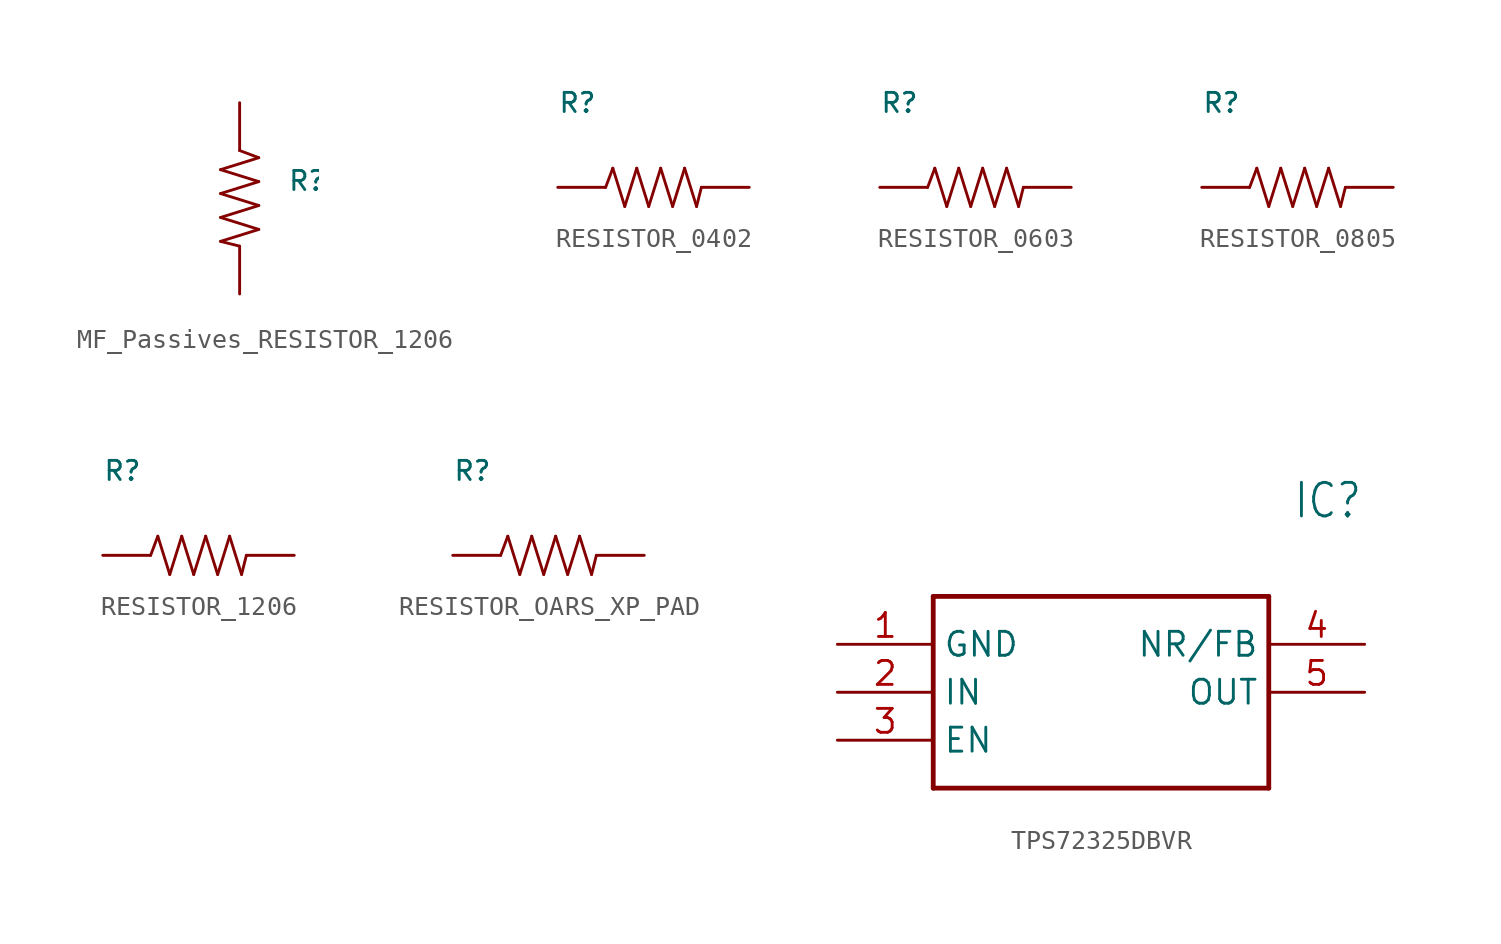
<source format=kicad_sym>
(kicad_symbol_lib
  (version 20231120)
  (generator "kicad_symbol_editor")
  (generator_version "8.0")
  (symbol "MF_Passives_RESISTOR_1206"
    (property "Reference" "R"
      (at 2.54 1.524 0)
      (effects (font (size 1.016 1.016)) (justify left top)))
    (property "Value" ""
      (at 2.54 -1.524 0)
      (effects (font (size 1.016 1.016)) (justify left bottom)))
    (property "ki_locked" ""
      (at 0 0 0)
      (effects (font (size 1.27 1.27))))
    (symbol "MF_Passives_RESISTOR_1206_1_0"
      (polyline (pts (xy -1.016 -2.286) (xy 0 -2.54)) (stroke (width 0.152) (type solid)) (fill (type none)))
      (polyline (pts (xy -1.016 -1.016) (xy 1.016 -1.651)) (stroke (width 0.152) (type solid)) (fill (type none)))
      (polyline (pts (xy -1.016 0.254) (xy 1.016 -0.381)) (stroke (width 0.152) (type solid)) (fill (type none)))
      (polyline (pts (xy -1.016 1.524) (xy 1.016 0.889)) (stroke (width 0.152) (type solid)) (fill (type none)))
      (polyline (pts (xy 0 2.54) (xy 1.016 2.159)) (stroke (width 0.152) (type solid)) (fill (type none)))
      (polyline (pts (xy 1.016 -1.651) (xy -1.016 -2.286)) (stroke (width 0.152) (type solid)) (fill (type none)))
      (polyline (pts (xy 1.016 -0.381) (xy -1.016 -1.016)) (stroke (width 0.152) (type solid)) (fill (type none)))
      (polyline (pts (xy 1.016 0.889) (xy -1.016 0.254)) (stroke (width 0.152) (type solid)) (fill (type none)))
      (polyline (pts (xy 1.016 2.159) (xy -1.016 1.524)) (stroke (width 0.152) (type solid)) (fill (type none)))
      (pin passive line (at 0 5.08 270) (length 2.54) (name "P$1" (effects (font (size 0 0)))) (number "P$1" (effects (font (size 0 0)))))
      (pin passive line (at 0 -5.08 90) (length 2.54) (name "P$2" (effects (font (size 0 0)))) (number "P$2" (effects (font (size 0 0)))))))
  (symbol "RESISTOR_0402"
    (property "Reference" "R"
      (at -5.08 5.08 0)
      (effects (font (size 1.016 1.016)) (justify left top)))
    (property "Value" ""
      (at -5.08 2.54 0)
      (effects (font (size 1.016 1.016)) (justify left bottom)))
    (property "ki_locked" ""
      (at 0 0 0)
      (effects (font (size 1.27 1.27))))
    (symbol "RESISTOR_0402_1_0"
      (polyline (pts (xy -2.54 0) (xy -2.159 1.016)) (stroke (width 0.152) (type solid)) (fill (type none)))
      (polyline (pts (xy -2.159 1.016) (xy -1.524 -1.016)) (stroke (width 0.152) (type solid)) (fill (type none)))
      (polyline (pts (xy -1.524 -1.016) (xy -0.889 1.016)) (stroke (width 0.152) (type solid)) (fill (type none)))
      (polyline (pts (xy -0.889 1.016) (xy -0.254 -1.016)) (stroke (width 0.152) (type solid)) (fill (type none)))
      (polyline (pts (xy -0.254 -1.016) (xy 0.381 1.016)) (stroke (width 0.152) (type solid)) (fill (type none)))
      (polyline (pts (xy 0.381 1.016) (xy 1.016 -1.016)) (stroke (width 0.152) (type solid)) (fill (type none)))
      (polyline (pts (xy 1.016 -1.016) (xy 1.651 1.016)) (stroke (width 0.152) (type solid)) (fill (type none)))
      (polyline (pts (xy 1.651 1.016) (xy 2.286 -1.016)) (stroke (width 0.152) (type solid)) (fill (type none)))
      (polyline (pts (xy 2.286 -1.016) (xy 2.54 0)) (stroke (width 0.152) (type solid)) (fill (type none)))
      (pin passive line (at -5.08 0 0) (length 2.54) (name "1" (effects (font (size 0 0)))) (number "1" (effects (font (size 0 0)))))
      (pin passive line (at 5.08 0 180) (length 2.54) (name "2" (effects (font (size 0 0)))) (number "2" (effects (font (size 0 0)))))))
  (symbol "RESISTOR_0603"
    (property "Reference" "R"
      (at -5.08 5.08 0)
      (effects (font (size 1.016 1.016)) (justify left top)))
    (property "Value" ""
      (at -5.08 2.54 0)
      (effects (font (size 1.016 1.016)) (justify left bottom)))
    (property "ki_locked" ""
      (at 0 0 0)
      (effects (font (size 1.27 1.27))))
    (symbol "RESISTOR_0603_1_0"
      (polyline (pts (xy -2.54 0) (xy -2.159 1.016)) (stroke (width 0.152) (type solid)) (fill (type none)))
      (polyline (pts (xy -2.159 1.016) (xy -1.524 -1.016)) (stroke (width 0.152) (type solid)) (fill (type none)))
      (polyline (pts (xy -1.524 -1.016) (xy -0.889 1.016)) (stroke (width 0.152) (type solid)) (fill (type none)))
      (polyline (pts (xy -0.889 1.016) (xy -0.254 -1.016)) (stroke (width 0.152) (type solid)) (fill (type none)))
      (polyline (pts (xy -0.254 -1.016) (xy 0.381 1.016)) (stroke (width 0.152) (type solid)) (fill (type none)))
      (polyline (pts (xy 0.381 1.016) (xy 1.016 -1.016)) (stroke (width 0.152) (type solid)) (fill (type none)))
      (polyline (pts (xy 1.016 -1.016) (xy 1.651 1.016)) (stroke (width 0.152) (type solid)) (fill (type none)))
      (polyline (pts (xy 1.651 1.016) (xy 2.286 -1.016)) (stroke (width 0.152) (type solid)) (fill (type none)))
      (polyline (pts (xy 2.286 -1.016) (xy 2.54 0)) (stroke (width 0.152) (type solid)) (fill (type none)))
      (pin passive line (at -5.08 0 0) (length 2.54) (name "1" (effects (font (size 0 0)))) (number "1" (effects (font (size 0 0)))))
      (pin passive line (at 5.08 0 180) (length 2.54) (name "2" (effects (font (size 0 0)))) (number "2" (effects (font (size 0 0)))))))
  (symbol "RESISTOR_0805"
    (property "Reference" "R"
      (at -5.08 5.08 0)
      (effects (font (size 1.016 1.016)) (justify left top)))
    (property "Value" ""
      (at -5.08 2.54 0)
      (effects (font (size 1.016 1.016)) (justify left bottom)))
    (property "ki_locked" ""
      (at 0 0 0)
      (effects (font (size 1.27 1.27))))
    (symbol "RESISTOR_0805_1_0"
      (polyline (pts (xy -2.54 0) (xy -2.159 1.016)) (stroke (width 0.152) (type solid)) (fill (type none)))
      (polyline (pts (xy -2.159 1.016) (xy -1.524 -1.016)) (stroke (width 0.152) (type solid)) (fill (type none)))
      (polyline (pts (xy -1.524 -1.016) (xy -0.889 1.016)) (stroke (width 0.152) (type solid)) (fill (type none)))
      (polyline (pts (xy -0.889 1.016) (xy -0.254 -1.016)) (stroke (width 0.152) (type solid)) (fill (type none)))
      (polyline (pts (xy -0.254 -1.016) (xy 0.381 1.016)) (stroke (width 0.152) (type solid)) (fill (type none)))
      (polyline (pts (xy 0.381 1.016) (xy 1.016 -1.016)) (stroke (width 0.152) (type solid)) (fill (type none)))
      (polyline (pts (xy 1.016 -1.016) (xy 1.651 1.016)) (stroke (width 0.152) (type solid)) (fill (type none)))
      (polyline (pts (xy 1.651 1.016) (xy 2.286 -1.016)) (stroke (width 0.152) (type solid)) (fill (type none)))
      (polyline (pts (xy 2.286 -1.016) (xy 2.54 0)) (stroke (width 0.152) (type solid)) (fill (type none)))
      (pin passive line (at -5.08 0 0) (length 2.54) (name "1" (effects (font (size 0 0)))) (number "1" (effects (font (size 0 0)))))
      (pin passive line (at 5.08 0 180) (length 2.54) (name "2" (effects (font (size 0 0)))) (number "2" (effects (font (size 0 0)))))))
  (symbol "RESISTOR_1206"
    (property "Reference" "R"
      (at -5.08 5.08 0)
      (effects (font (size 1.016 1.016)) (justify left top)))
    (property "Value" ""
      (at -5.08 2.54 0)
      (effects (font (size 1.016 1.016)) (justify left bottom)))
    (property "ki_locked" ""
      (at 0 0 0)
      (effects (font (size 1.27 1.27))))
    (symbol "RESISTOR_1206_1_0"
      (polyline (pts (xy -2.54 0) (xy -2.159 1.016)) (stroke (width 0.152) (type solid)) (fill (type none)))
      (polyline (pts (xy -2.159 1.016) (xy -1.524 -1.016)) (stroke (width 0.152) (type solid)) (fill (type none)))
      (polyline (pts (xy -1.524 -1.016) (xy -0.889 1.016)) (stroke (width 0.152) (type solid)) (fill (type none)))
      (polyline (pts (xy -0.889 1.016) (xy -0.254 -1.016)) (stroke (width 0.152) (type solid)) (fill (type none)))
      (polyline (pts (xy -0.254 -1.016) (xy 0.381 1.016)) (stroke (width 0.152) (type solid)) (fill (type none)))
      (polyline (pts (xy 0.381 1.016) (xy 1.016 -1.016)) (stroke (width 0.152) (type solid)) (fill (type none)))
      (polyline (pts (xy 1.016 -1.016) (xy 1.651 1.016)) (stroke (width 0.152) (type solid)) (fill (type none)))
      (polyline (pts (xy 1.651 1.016) (xy 2.286 -1.016)) (stroke (width 0.152) (type solid)) (fill (type none)))
      (polyline (pts (xy 2.286 -1.016) (xy 2.54 0)) (stroke (width 0.152) (type solid)) (fill (type none)))
      (pin passive line (at -5.08 0 0) (length 2.54) (name "1" (effects (font (size 0 0)))) (number "1" (effects (font (size 0 0)))))
      (pin passive line (at 5.08 0 180) (length 2.54) (name "2" (effects (font (size 0 0)))) (number "2" (effects (font (size 0 0)))))))
  (symbol "RESISTOR_OARS_XP_PAD"
    (property "Reference" "R"
      (at -5.08 5.08 0)
      (effects (font (size 1.016 1.016)) (justify left top)))
    (property "Value" ""
      (at -5.08 2.54 0)
      (effects (font (size 1.016 1.016)) (justify left bottom)))
    (property "ki_locked" ""
      (at 0 0 0)
      (effects (font (size 1.27 1.27))))
    (symbol "RESISTOR_OARS_XP_PAD_1_0"
      (polyline (pts (xy -2.54 0) (xy -2.159 1.016)) (stroke (width 0.152) (type solid)) (fill (type none)))
      (polyline (pts (xy -2.159 1.016) (xy -1.524 -1.016)) (stroke (width 0.152) (type solid)) (fill (type none)))
      (polyline (pts (xy -1.524 -1.016) (xy -0.889 1.016)) (stroke (width 0.152) (type solid)) (fill (type none)))
      (polyline (pts (xy -0.889 1.016) (xy -0.254 -1.016)) (stroke (width 0.152) (type solid)) (fill (type none)))
      (polyline (pts (xy -0.254 -1.016) (xy 0.381 1.016)) (stroke (width 0.152) (type solid)) (fill (type none)))
      (polyline (pts (xy 0.381 1.016) (xy 1.016 -1.016)) (stroke (width 0.152) (type solid)) (fill (type none)))
      (polyline (pts (xy 1.016 -1.016) (xy 1.651 1.016)) (stroke (width 0.152) (type solid)) (fill (type none)))
      (polyline (pts (xy 1.651 1.016) (xy 2.286 -1.016)) (stroke (width 0.152) (type solid)) (fill (type none)))
      (polyline (pts (xy 2.286 -1.016) (xy 2.54 0)) (stroke (width 0.152) (type solid)) (fill (type none)))
      (pin passive line (at -5.08 0 0) (length 2.54) (name "1" (effects (font (size 0 0)))) (number "1" (effects (font (size 0 0)))))
      (pin passive line (at 5.08 0 180) (length 2.54) (name "2" (effects (font (size 0 0)))) (number "2" (effects (font (size 0 0)))))))
  (symbol "TPS72325DBVR"
    (property "Reference" "IC"
      (at 24.13 7.62 0)
      (effects (font (size 1.778 1.511)) (justify left)))
    (property "Value" ""
      (at 24.13 5.08 0)
      (effects (font (size 1.778 1.511)) (justify left)))
    (property "ki_locked" ""
      (at 0 0 0)
      (effects (font (size 1.27 1.27))))
    (symbol "TPS72325DBVR_1_0"
      (polyline (pts (xy 5.08 2.54) (xy 5.08 -7.62)) (stroke (width 0.254) (type solid)) (fill (type none)))
      (polyline (pts (xy 5.08 2.54) (xy 22.86 2.54)) (stroke (width 0.254) (type solid)) (fill (type none)))
      (polyline (pts (xy 22.86 -7.62) (xy 5.08 -7.62)) (stroke (width 0.254) (type solid)) (fill (type none)))
      (polyline (pts (xy 22.86 -7.62) (xy 22.86 2.54)) (stroke (width 0.254) (type solid)) (fill (type none)))
      (pin bidirectional line (at 0 0 0) (length 5.08) (name "GND" (effects (font (size 1.27 1.27)))) (number "1" (effects (font (size 1.27 1.27)))))
      (pin bidirectional line (at 0 -2.54 0) (length 5.08) (name "IN" (effects (font (size 1.27 1.27)))) (number "2" (effects (font (size 1.27 1.27)))))
      (pin bidirectional line (at 0 -5.08 0) (length 5.08) (name "EN" (effects (font (size 1.27 1.27)))) (number "3" (effects (font (size 1.27 1.27)))))
      (pin bidirectional line (at 27.94 0 180) (length 5.08) (name "NR/FB" (effects (font (size 1.27 1.27)))) (number "4" (effects (font (size 1.27 1.27)))))
      (pin bidirectional line (at 27.94 -2.54 180) (length 5.08) (name "OUT" (effects (font (size 1.27 1.27)))) (number "5" (effects (font (size 1.27 1.27))))))))
</source>
